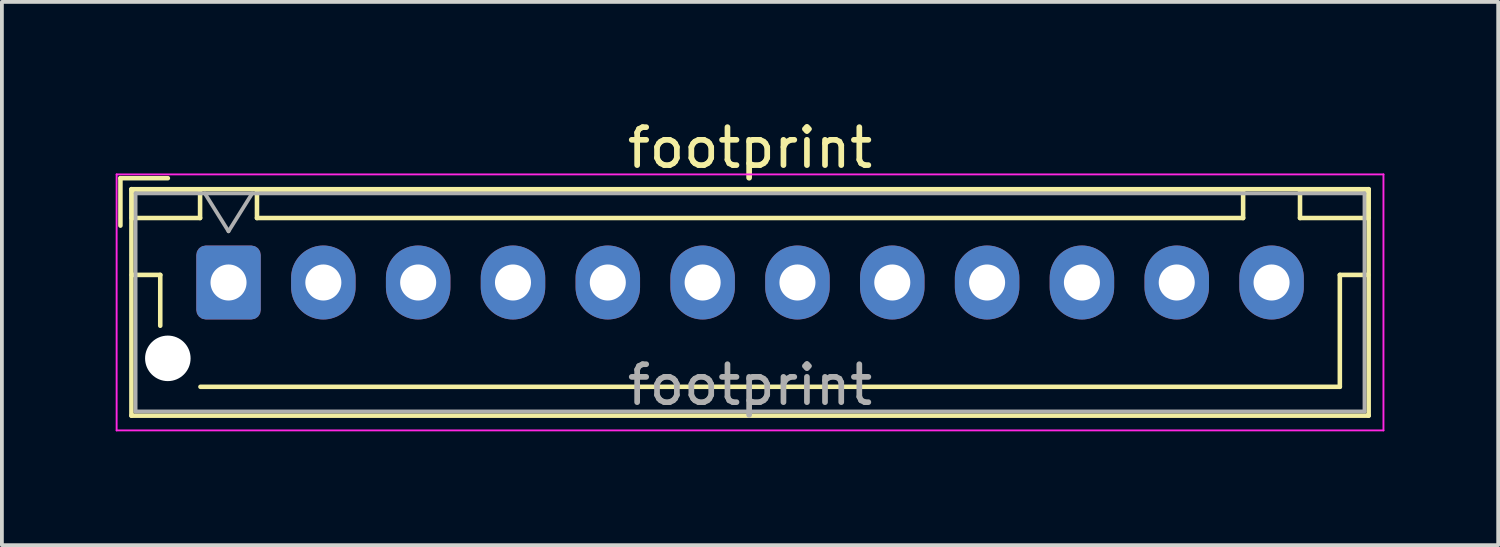
<source format=kicad_pcb>
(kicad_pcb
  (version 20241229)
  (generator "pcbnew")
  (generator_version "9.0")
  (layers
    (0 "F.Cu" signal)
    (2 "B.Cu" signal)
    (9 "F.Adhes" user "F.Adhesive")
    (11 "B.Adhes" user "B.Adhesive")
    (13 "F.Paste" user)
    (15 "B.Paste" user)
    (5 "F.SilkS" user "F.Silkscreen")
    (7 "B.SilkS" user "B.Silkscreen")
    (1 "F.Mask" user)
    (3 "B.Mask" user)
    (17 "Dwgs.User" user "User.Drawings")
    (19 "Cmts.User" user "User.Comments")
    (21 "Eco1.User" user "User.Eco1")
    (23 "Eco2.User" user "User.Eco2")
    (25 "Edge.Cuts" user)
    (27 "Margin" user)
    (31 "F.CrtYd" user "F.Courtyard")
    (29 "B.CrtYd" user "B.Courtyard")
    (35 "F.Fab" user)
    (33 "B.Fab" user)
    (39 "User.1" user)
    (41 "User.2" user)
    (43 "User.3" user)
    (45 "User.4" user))
  (footprint "footprint"
    (layer "F.Cu")
    (at 2.975 4.398)
    (property "Reference" "footprint" (at 13.75 -3.55 0) (layer "F.SilkS") (effects (font (size 1 1) (thickness 0.15))))
    (attr through_hole)
    (fp_line (start -2.85 -2.75) (end -2.85 -1.5) (stroke (width 0.12) (type solid)) (layer "F.SilkS"))
    (fp_line (start -2.56 -2.46) (end -2.56 3.51) (stroke (width 0.12) (type solid)) (layer "F.SilkS"))
    (fp_line (start -2.56 3.51) (end 30.06 3.51) (stroke (width 0.12) (type solid)) (layer "F.SilkS"))
    (fp_line (start -2.55 -2.45) (end -2.55 -1.7) (stroke (width 0.12) (type solid)) (layer "F.SilkS"))
    (fp_line (start -2.55 -1.7) (end -0.75 -1.7) (stroke (width 0.12) (type solid)) (layer "F.SilkS"))
    (fp_line (start -2.55 -0.2) (end -1.8 -0.2) (stroke (width 0.12) (type solid)) (layer "F.SilkS"))
    (fp_line (start -1.8 -0.2) (end -1.8 1.14) (stroke (width 0.12) (type solid)) (layer "F.SilkS"))
    (fp_line (start -1.6 -2.75) (end -2.85 -2.75) (stroke (width 0.12) (type solid)) (layer "F.SilkS"))
    (fp_line (start -0.75 -2.45) (end -2.55 -2.45) (stroke (width 0.12) (type solid)) (layer "F.SilkS"))
    (fp_line (start -0.75 -1.7) (end -0.75 -2.45) (stroke (width 0.12) (type solid)) (layer "F.SilkS"))
    (fp_line (start 0.75 -2.45) (end 0.75 -1.7) (stroke (width 0.12) (type solid)) (layer "F.SilkS"))
    (fp_line (start 0.75 -1.7) (end 26.75 -1.7) (stroke (width 0.12) (type solid)) (layer "F.SilkS"))
    (fp_line (start 13.75 2.75) (end -0.74 2.75) (stroke (width 0.12) (type solid)) (layer "F.SilkS"))
    (fp_line (start 26.75 -2.45) (end 0.75 -2.45) (stroke (width 0.12) (type solid)) (layer "F.SilkS"))
    (fp_line (start 26.75 -1.7) (end 26.75 -2.45) (stroke (width 0.12) (type solid)) (layer "F.SilkS"))
    (fp_line (start 28.25 -2.45) (end 28.25 -1.7) (stroke (width 0.12) (type solid)) (layer "F.SilkS"))
    (fp_line (start 28.25 -1.7) (end 30.05 -1.7) (stroke (width 0.12) (type solid)) (layer "F.SilkS"))
    (fp_line (start 29.3 -0.2) (end 29.3 2.75) (stroke (width 0.12) (type solid)) (layer "F.SilkS"))
    (fp_line (start 29.3 2.75) (end 13.75 2.75) (stroke (width 0.12) (type solid)) (layer "F.SilkS"))
    (fp_line (start 30.05 -2.45) (end 28.25 -2.45) (stroke (width 0.12) (type solid)) (layer "F.SilkS"))
    (fp_line (start 30.05 -1.7) (end 30.05 -2.45) (stroke (width 0.12) (type solid)) (layer "F.SilkS"))
    (fp_line (start 30.05 -0.2) (end 29.3 -0.2) (stroke (width 0.12) (type solid)) (layer "F.SilkS"))
    (fp_line (start 30.06 -2.46) (end -2.56 -2.46) (stroke (width 0.12) (type solid)) (layer "F.SilkS"))
    (fp_line (start 30.06 3.51) (end 30.06 -2.46) (stroke (width 0.12) (type solid)) (layer "F.SilkS"))
    (fp_line (start -2.95 -2.85) (end -2.95 3.9) (stroke (width 0.05) (type solid)) (layer "F.CrtYd"))
    (fp_line (start -2.95 3.9) (end 30.45 3.9) (stroke (width 0.05) (type solid)) (layer "F.CrtYd"))
    (fp_line (start 30.45 -2.85) (end -2.95 -2.85) (stroke (width 0.05) (type solid)) (layer "F.CrtYd"))
    (fp_line (start 30.45 3.9) (end 30.45 -2.85) (stroke (width 0.05) (type solid)) (layer "F.CrtYd"))
    (fp_line (start -2.45 -2.35) (end -2.45 3.4) (stroke (width 0.1) (type solid)) (layer "F.Fab"))
    (fp_line (start -2.45 3.4) (end 29.95 3.4) (stroke (width 0.1) (type solid)) (layer "F.Fab"))
    (fp_line (start -0.625 -2.35) (end 0 -1.35) (stroke (width 0.1) (type solid)) (layer "F.Fab"))
    (fp_line (start 0 -1.35) (end 0.625 -2.35) (stroke (width 0.1) (type solid)) (layer "F.Fab"))
    (fp_line (start 29.95 -2.35) (end -2.45 -2.35) (stroke (width 0.1) (type solid)) (layer "F.Fab"))
    (fp_line (start 29.95 3.4) (end 29.95 -2.35) (stroke (width 0.1) (type solid)) (layer "F.Fab"))
    (fp_text user "${REFERENCE}" (at 13.75 2.7 0) (layer "F.Fab") (effects (font (size 1 1) (thickness 0.15))))
    (pad "" np_thru_hole circle (at -1.6 2) (size 1.2 1.2) (drill 1.2) (layers "*.Cu" "*.Mask"))
    (pad "1" thru_hole roundrect (at 0 0) (size 1.7 1.95) (drill 0.95) (layers "*.Cu" "*.Mask") (roundrect_rratio 0.147))
    (pad "2" thru_hole oval (at 2.5 0) (size 1.7 1.95) (drill 0.95) (layers "*.Cu" "*.Mask"))
    (pad "3" thru_hole oval (at 5 0) (size 1.7 1.95) (drill 0.95) (layers "*.Cu" "*.Mask"))
    (pad "4" thru_hole oval (at 7.5 0) (size 1.7 1.95) (drill 0.95) (layers "*.Cu" "*.Mask"))
    (pad "5" thru_hole oval (at 10 0) (size 1.7 1.95) (drill 0.95) (layers "*.Cu" "*.Mask"))
    (pad "6" thru_hole oval (at 12.5 0) (size 1.7 1.95) (drill 0.95) (layers "*.Cu" "*.Mask"))
    (pad "7" thru_hole oval (at 15 0) (size 1.7 1.95) (drill 0.95) (layers "*.Cu" "*.Mask"))
    (pad "8" thru_hole oval (at 17.5 0) (size 1.7 1.95) (drill 0.95) (layers "*.Cu" "*.Mask"))
    (pad "9" thru_hole oval (at 20 0) (size 1.7 1.95) (drill 0.95) (layers "*.Cu" "*.Mask"))
    (pad "10" thru_hole oval (at 22.5 0) (size 1.7 1.95) (drill 0.95) (layers "*.Cu" "*.Mask"))
    (pad "11" thru_hole oval (at 25 0) (size 1.7 1.95) (drill 0.95) (layers "*.Cu" "*.Mask"))
    (pad "12" thru_hole oval (at 27.5 0) (size 1.7 1.95) (drill 0.95) (layers "*.Cu" "*.Mask")))
  (gr_rect
    (start -3 -3)
    (end 36.45 11.323)
    (stroke (width 0.1) (type default))
    (fill no)
    (layer "Edge.Cuts")))
</source>
